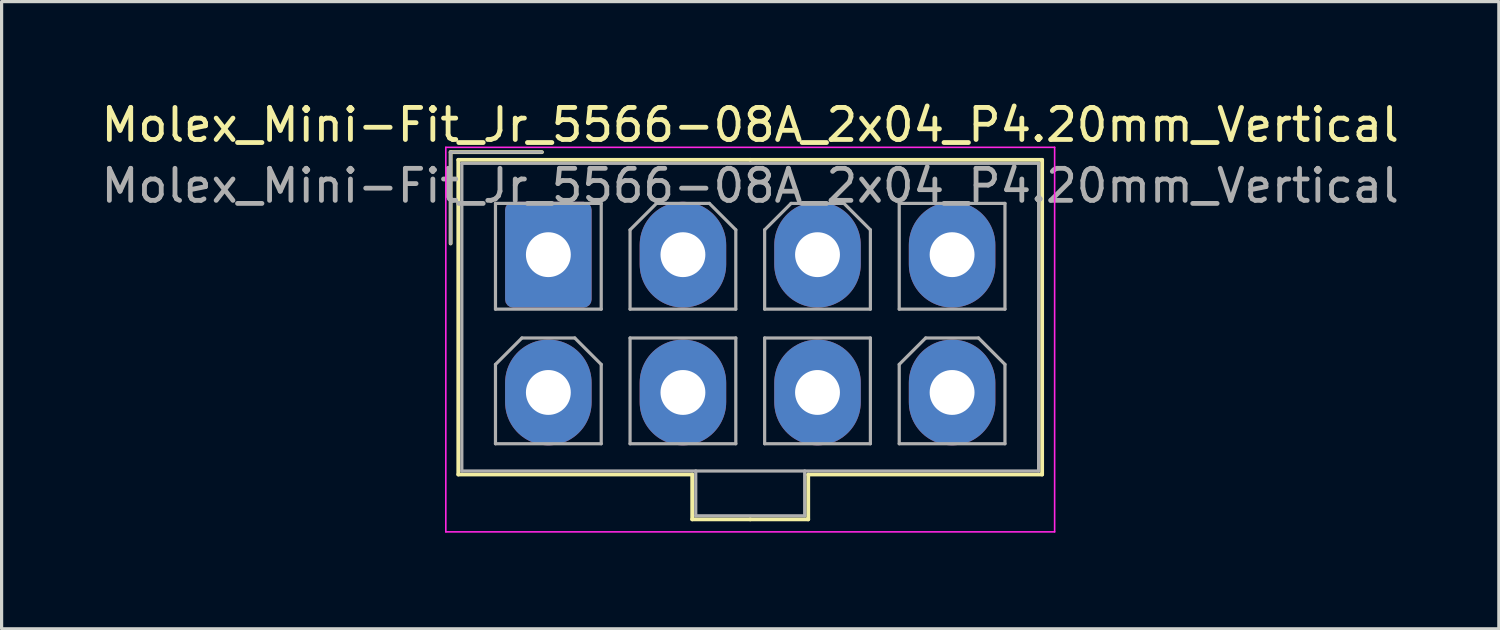
<source format=kicad_pcb>
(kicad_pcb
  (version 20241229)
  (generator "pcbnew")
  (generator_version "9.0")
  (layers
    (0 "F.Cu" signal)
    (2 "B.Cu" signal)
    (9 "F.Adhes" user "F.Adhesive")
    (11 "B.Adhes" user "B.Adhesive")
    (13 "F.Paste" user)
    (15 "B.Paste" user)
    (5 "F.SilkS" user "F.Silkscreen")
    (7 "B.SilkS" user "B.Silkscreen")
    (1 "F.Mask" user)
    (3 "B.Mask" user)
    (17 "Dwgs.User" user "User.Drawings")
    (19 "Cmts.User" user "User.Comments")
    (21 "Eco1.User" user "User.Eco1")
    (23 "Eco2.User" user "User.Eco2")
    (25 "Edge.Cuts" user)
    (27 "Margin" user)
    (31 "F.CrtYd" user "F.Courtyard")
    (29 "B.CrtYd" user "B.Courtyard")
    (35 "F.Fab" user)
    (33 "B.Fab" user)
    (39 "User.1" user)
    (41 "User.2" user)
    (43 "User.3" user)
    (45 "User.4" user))
  (footprint "Molex_Mini-Fit_Jr_5566-08A_2x04_P4.20mm_Vertical"
    (layer "F.Cu")
    (at 14.063 4.298)
    (property "Reference" "Molex_Mini-Fit_Jr_5566-08A_2x04_P4.20mm_Vertical" (at 6.3 -3.45 0) (layer "F.SilkS") (effects (font (size 1 1) (thickness 0.15))))
    (attr through_hole)
    (fp_line (start -3.05 -2.6) (end -3.05 0.25) (stroke (width 0.12) (type solid)) (layer "F.SilkS"))
    (fp_line (start -2.81 -2.36) (end -2.81 7.46) (stroke (width 0.12) (type solid)) (layer "F.SilkS"))
    (fp_line (start -2.81 7.46) (end 4.49 7.46) (stroke (width 0.12) (type solid)) (layer "F.SilkS"))
    (fp_line (start -0.2 -2.6) (end -3.05 -2.6) (stroke (width 0.12) (type solid)) (layer "F.SilkS"))
    (fp_line (start 4.49 7.46) (end 4.49 8.86) (stroke (width 0.12) (type solid)) (layer "F.SilkS"))
    (fp_line (start 4.49 8.86) (end 6.3 8.86) (stroke (width 0.12) (type solid)) (layer "F.SilkS"))
    (fp_line (start 6.3 -2.36) (end -2.81 -2.36) (stroke (width 0.12) (type solid)) (layer "F.SilkS"))
    (fp_line (start 6.3 -2.36) (end 15.41 -2.36) (stroke (width 0.12) (type solid)) (layer "F.SilkS"))
    (fp_line (start 8.11 7.46) (end 8.11 8.86) (stroke (width 0.12) (type solid)) (layer "F.SilkS"))
    (fp_line (start 8.11 8.86) (end 6.3 8.86) (stroke (width 0.12) (type solid)) (layer "F.SilkS"))
    (fp_line (start 15.41 -2.36) (end 15.41 7.46) (stroke (width 0.12) (type solid)) (layer "F.SilkS"))
    (fp_line (start 15.41 7.46) (end 8.11 7.46) (stroke (width 0.12) (type solid)) (layer "F.SilkS"))
    (fp_line (start -3.2 -2.75) (end -3.2 9.25) (stroke (width 0.05) (type solid)) (layer "F.CrtYd"))
    (fp_line (start -3.2 9.25) (end 15.8 9.25) (stroke (width 0.05) (type solid)) (layer "F.CrtYd"))
    (fp_line (start 15.8 -2.75) (end -3.2 -2.75) (stroke (width 0.05) (type solid)) (layer "F.CrtYd"))
    (fp_line (start 15.8 9.25) (end 15.8 -2.75) (stroke (width 0.05) (type solid)) (layer "F.CrtYd"))
    (fp_line (start -3.05 -2.6) (end -3.05 0.25) (stroke (width 0.1) (type solid)) (layer "F.Fab"))
    (fp_line (start -2.7 -2.25) (end -2.7 7.35) (stroke (width 0.1) (type solid)) (layer "F.Fab"))
    (fp_line (start -2.7 7.35) (end 15.3 7.35) (stroke (width 0.1) (type solid)) (layer "F.Fab"))
    (fp_line (start -1.65 -1) (end -1.65 2.3) (stroke (width 0.1) (type solid)) (layer "F.Fab"))
    (fp_line (start -1.65 2.3) (end 1.65 2.3) (stroke (width 0.1) (type solid)) (layer "F.Fab"))
    (fp_line (start -1.65 4.025) (end -0.825 3.2) (stroke (width 0.1) (type solid)) (layer "F.Fab"))
    (fp_line (start -1.65 6.5) (end -1.65 4.025) (stroke (width 0.1) (type solid)) (layer "F.Fab"))
    (fp_line (start -0.825 3.2) (end 0.825 3.2) (stroke (width 0.1) (type solid)) (layer "F.Fab"))
    (fp_line (start -0.2 -2.6) (end -3.05 -2.6) (stroke (width 0.1) (type solid)) (layer "F.Fab"))
    (fp_line (start 0.825 3.2) (end 1.65 4.025) (stroke (width 0.1) (type solid)) (layer "F.Fab"))
    (fp_line (start 1.65 -1) (end -1.65 -1) (stroke (width 0.1) (type solid)) (layer "F.Fab"))
    (fp_line (start 1.65 2.3) (end 1.65 -1) (stroke (width 0.1) (type solid)) (layer "F.Fab"))
    (fp_line (start 1.65 4.025) (end 1.65 6.5) (stroke (width 0.1) (type solid)) (layer "F.Fab"))
    (fp_line (start 1.65 6.5) (end -1.65 6.5) (stroke (width 0.1) (type solid)) (layer "F.Fab"))
    (fp_line (start 2.55 -0.175) (end 3.375 -1) (stroke (width 0.1) (type solid)) (layer "F.Fab"))
    (fp_line (start 2.55 2.3) (end 2.55 -0.175) (stroke (width 0.1) (type solid)) (layer "F.Fab"))
    (fp_line (start 2.55 3.2) (end 2.55 6.5) (stroke (width 0.1) (type solid)) (layer "F.Fab"))
    (fp_line (start 2.55 6.5) (end 5.85 6.5) (stroke (width 0.1) (type solid)) (layer "F.Fab"))
    (fp_line (start 3.375 -1) (end 5.025 -1) (stroke (width 0.1) (type solid)) (layer "F.Fab"))
    (fp_line (start 4.6 7.35) (end 4.6 8.75) (stroke (width 0.1) (type solid)) (layer "F.Fab"))
    (fp_line (start 4.6 8.75) (end 8 8.75) (stroke (width 0.1) (type solid)) (layer "F.Fab"))
    (fp_line (start 5.025 -1) (end 5.85 -0.175) (stroke (width 0.1) (type solid)) (layer "F.Fab"))
    (fp_line (start 5.85 -0.175) (end 5.85 2.3) (stroke (width 0.1) (type solid)) (layer "F.Fab"))
    (fp_line (start 5.85 2.3) (end 2.55 2.3) (stroke (width 0.1) (type solid)) (layer "F.Fab"))
    (fp_line (start 5.85 3.2) (end 2.55 3.2) (stroke (width 0.1) (type solid)) (layer "F.Fab"))
    (fp_line (start 5.85 6.5) (end 5.85 3.2) (stroke (width 0.1) (type solid)) (layer "F.Fab"))
    (fp_line (start 6.75 -0.175) (end 7.575 -1) (stroke (width 0.1) (type solid)) (layer "F.Fab"))
    (fp_line (start 6.75 2.3) (end 6.75 -0.175) (stroke (width 0.1) (type solid)) (layer "F.Fab"))
    (fp_line (start 6.75 3.2) (end 6.75 6.5) (stroke (width 0.1) (type solid)) (layer "F.Fab"))
    (fp_line (start 6.75 6.5) (end 10.05 6.5) (stroke (width 0.1) (type solid)) (layer "F.Fab"))
    (fp_line (start 7.575 -1) (end 9.225 -1) (stroke (width 0.1) (type solid)) (layer "F.Fab"))
    (fp_line (start 8 8.75) (end 8 7.35) (stroke (width 0.1) (type solid)) (layer "F.Fab"))
    (fp_line (start 9.225 -1) (end 10.05 -0.175) (stroke (width 0.1) (type solid)) (layer "F.Fab"))
    (fp_line (start 10.05 -0.175) (end 10.05 2.3) (stroke (width 0.1) (type solid)) (layer "F.Fab"))
    (fp_line (start 10.05 2.3) (end 6.75 2.3) (stroke (width 0.1) (type solid)) (layer "F.Fab"))
    (fp_line (start 10.05 3.2) (end 6.75 3.2) (stroke (width 0.1) (type solid)) (layer "F.Fab"))
    (fp_line (start 10.05 6.5) (end 10.05 3.2) (stroke (width 0.1) (type solid)) (layer "F.Fab"))
    (fp_line (start 10.95 -1) (end 10.95 2.3) (stroke (width 0.1) (type solid)) (layer "F.Fab"))
    (fp_line (start 10.95 2.3) (end 14.25 2.3) (stroke (width 0.1) (type solid)) (layer "F.Fab"))
    (fp_line (start 10.95 4.025) (end 11.775 3.2) (stroke (width 0.1) (type solid)) (layer "F.Fab"))
    (fp_line (start 10.95 6.5) (end 10.95 4.025) (stroke (width 0.1) (type solid)) (layer "F.Fab"))
    (fp_line (start 11.775 3.2) (end 13.425 3.2) (stroke (width 0.1) (type solid)) (layer "F.Fab"))
    (fp_line (start 13.425 3.2) (end 14.25 4.025) (stroke (width 0.1) (type solid)) (layer "F.Fab"))
    (fp_line (start 14.25 -1) (end 10.95 -1) (stroke (width 0.1) (type solid)) (layer "F.Fab"))
    (fp_line (start 14.25 2.3) (end 14.25 -1) (stroke (width 0.1) (type solid)) (layer "F.Fab"))
    (fp_line (start 14.25 4.025) (end 14.25 6.5) (stroke (width 0.1) (type solid)) (layer "F.Fab"))
    (fp_line (start 14.25 6.5) (end 10.95 6.5) (stroke (width 0.1) (type solid)) (layer "F.Fab"))
    (fp_line (start 15.3 -2.25) (end -2.7 -2.25) (stroke (width 0.1) (type solid)) (layer "F.Fab"))
    (fp_line (start 15.3 7.35) (end 15.3 -2.25) (stroke (width 0.1) (type solid)) (layer "F.Fab"))
    (fp_text user "${REFERENCE}" (at 6.3 -1.55 0) (layer "F.Fab") (effects (font (size 1 1) (thickness 0.15))))
    (pad "1" thru_hole roundrect (at 0 0.6) (size 2.7 3.3) (drill 1.4) (layers "*.Cu" "*.Mask") (roundrect_rratio 0.093))
    (pad "2" thru_hole oval (at 4.2 0.6) (size 2.7 3.3) (drill 1.4) (layers "*.Cu" "*.Mask"))
    (pad "3" thru_hole oval (at 8.4 0.6) (size 2.7 3.3) (drill 1.4) (layers "*.Cu" "*.Mask"))
    (pad "4" thru_hole oval (at 12.6 0.6) (size 2.7 3.3) (drill 1.4) (layers "*.Cu" "*.Mask"))
    (pad "5" thru_hole oval (at 0 4.9) (size 2.7 3.3) (drill 1.4) (layers "*.Cu" "*.Mask"))
    (pad "6" thru_hole oval (at 4.2 4.9) (size 2.7 3.3) (drill 1.4) (layers "*.Cu" "*.Mask"))
    (pad "7" thru_hole oval (at 8.4 4.9) (size 2.7 3.3) (drill 1.4) (layers "*.Cu" "*.Mask"))
    (pad "8" thru_hole oval (at 12.6 4.9) (size 2.7 3.3) (drill 1.4) (layers "*.Cu" "*.Mask")))
  (gr_rect
    (start -3 -3)
    (end 43.726 16.573)
    (stroke (width 0.1) (type default))
    (fill no)
    (layer "Edge.Cuts")))
</source>
